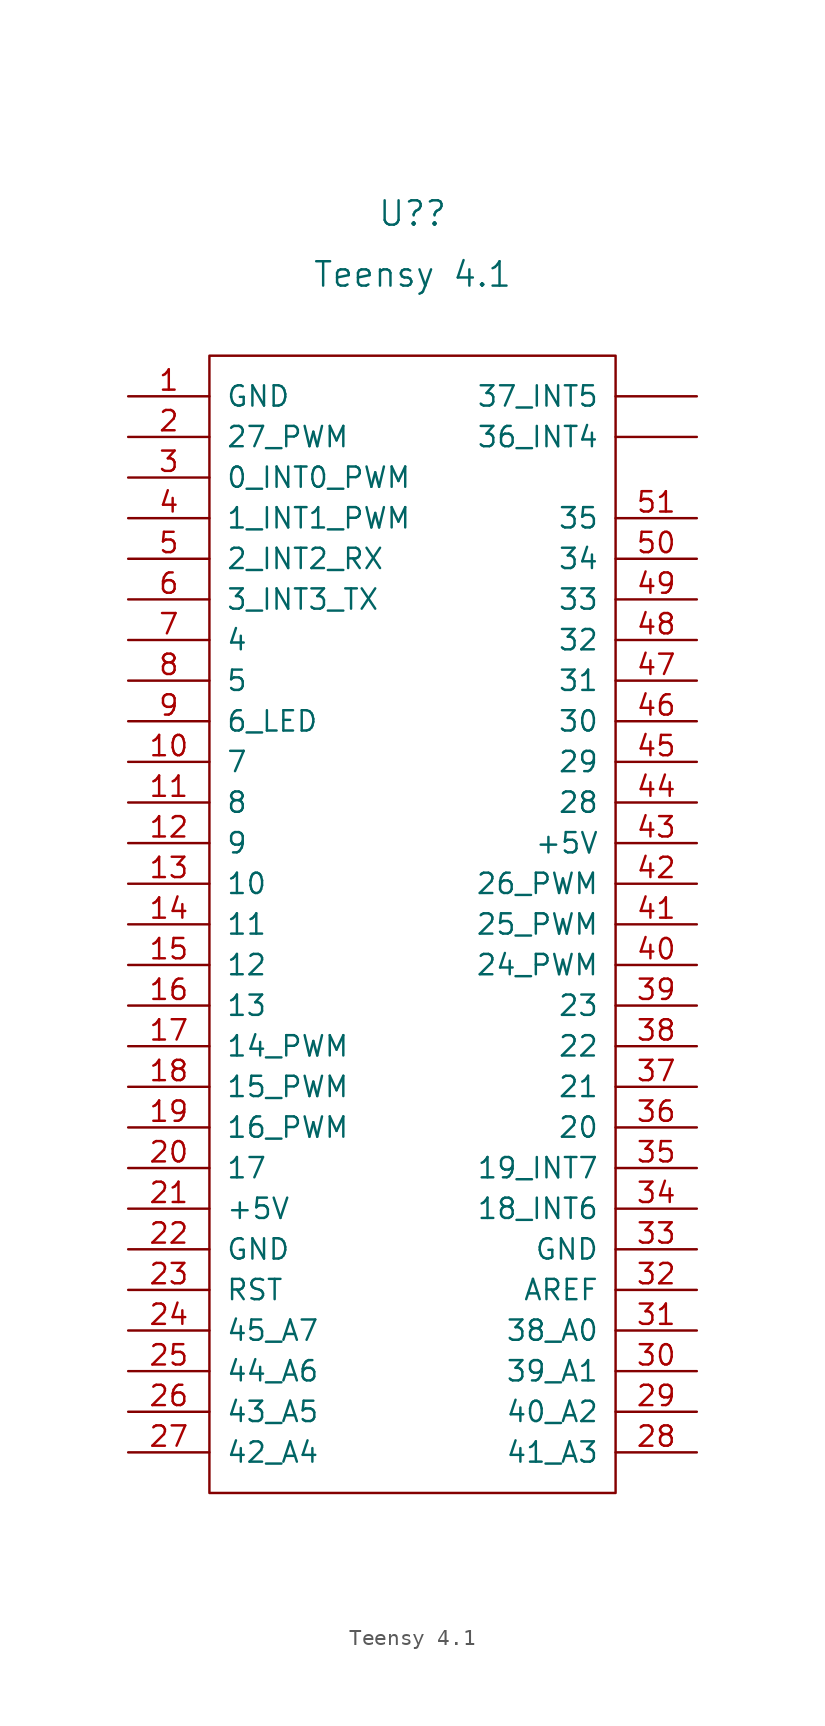
<source format=kicad_sym>
(kicad_symbol_lib
  (version 20211014)
  (generator kicad_symbol_editor)
  (symbol "Teensy 4.1"
    (pin_names
      (offset 1.016))
    (property "Reference" "U?"
      (at 0 44.45 0)
      (effects (font (size 1.524 1.524))))
    (property "Value" "Teensy 4.1"
      (at 0 40.64 0)
      (effects (font (size 1.524 1.524))))
    (property "Datasheet" ""
      (at 2.54 -20.32 0)
      (effects (font (size 1.524 1.524))))
    (symbol "Teensy 4.1_0_1"
      (rectangle (start -12.7 35.56) (end 12.7 -35.56) (stroke (width 0) (type default) (color 0 0 0 0)) (fill (type none))))
    (symbol "Teensy 4.1_1_1"
      (pin power_in line (at -17.78 33.02 0) (length 5.08) (name "GND" (effects (font (size 1.27 1.27)))) (number "1" (effects (font (size 1.27 1.27)))))
      (pin bidirectional line (at -17.78 10.16 0) (length 5.08) (name "7" (effects (font (size 1.27 1.27)))) (number "10" (effects (font (size 1.27 1.27)))))
      (pin bidirectional line (at -17.78 7.62 0) (length 5.08) (name "8" (effects (font (size 1.27 1.27)))) (number "11" (effects (font (size 1.27 1.27)))))
      (pin bidirectional line (at -17.78 5.08 0) (length 5.08) (name "9" (effects (font (size 1.27 1.27)))) (number "12" (effects (font (size 1.27 1.27)))))
      (pin bidirectional line (at -17.78 2.54 0) (length 5.08) (name "10" (effects (font (size 1.27 1.27)))) (number "13" (effects (font (size 1.27 1.27)))))
      (pin bidirectional line (at -17.78 0 0) (length 5.08) (name "11" (effects (font (size 1.27 1.27)))) (number "14" (effects (font (size 1.27 1.27)))))
      (pin bidirectional line (at -17.78 -2.54 0) (length 5.08) (name "12" (effects (font (size 1.27 1.27)))) (number "15" (effects (font (size 1.27 1.27)))))
      (pin bidirectional line (at -17.78 -5.08 0) (length 5.08) (name "13" (effects (font (size 1.27 1.27)))) (number "16" (effects (font (size 1.27 1.27)))))
      (pin bidirectional line (at -17.78 -7.62 0) (length 5.08) (name "14_PWM" (effects (font (size 1.27 1.27)))) (number "17" (effects (font (size 1.27 1.27)))))
      (pin bidirectional line (at -17.78 -10.16 0) (length 5.08) (name "15_PWM" (effects (font (size 1.27 1.27)))) (number "18" (effects (font (size 1.27 1.27)))))
      (pin bidirectional line (at -17.78 -12.7 0) (length 5.08) (name "16_PWM" (effects (font (size 1.27 1.27)))) (number "19" (effects (font (size 1.27 1.27)))))
      (pin bidirectional line (at -17.78 30.48 0) (length 5.08) (name "27_PWM" (effects (font (size 1.27 1.27)))) (number "2" (effects (font (size 1.27 1.27)))))
      (pin bidirectional line (at -17.78 -15.24 0) (length 5.08) (name "17" (effects (font (size 1.27 1.27)))) (number "20" (effects (font (size 1.27 1.27)))))
      (pin power_in line (at -17.78 -17.78 0) (length 5.08) (name "+5V" (effects (font (size 1.27 1.27)))) (number "21" (effects (font (size 1.27 1.27)))))
      (pin power_in line (at -17.78 -20.32 0) (length 5.08) (name "GND" (effects (font (size 1.27 1.27)))) (number "22" (effects (font (size 1.27 1.27)))))
      (pin input line (at -17.78 -22.86 0) (length 5.08) (name "RST" (effects (font (size 1.27 1.27)))) (number "23" (effects (font (size 1.27 1.27)))))
      (pin bidirectional line (at -17.78 -25.4 0) (length 5.08) (name "45_A7" (effects (font (size 1.27 1.27)))) (number "24" (effects (font (size 1.27 1.27)))))
      (pin bidirectional line (at -17.78 -27.94 0) (length 5.08) (name "44_A6" (effects (font (size 1.27 1.27)))) (number "25" (effects (font (size 1.27 1.27)))))
      (pin bidirectional line (at -17.78 -30.48 0) (length 5.08) (name "43_A5" (effects (font (size 1.27 1.27)))) (number "26" (effects (font (size 1.27 1.27)))))
      (pin bidirectional line (at -17.78 -33.02 0) (length 5.08) (name "42_A4" (effects (font (size 1.27 1.27)))) (number "27" (effects (font (size 1.27 1.27)))))
      (pin bidirectional line (at 17.78 -33.02 180) (length 5.08) (name "41_A3" (effects (font (size 1.27 1.27)))) (number "28" (effects (font (size 1.27 1.27)))))
      (pin bidirectional line (at 17.78 -30.48 180) (length 5.08) (name "40_A2" (effects (font (size 1.27 1.27)))) (number "29" (effects (font (size 1.27 1.27)))))
      (pin bidirectional line (at -17.78 27.94 0) (length 5.08) (name "0_INT0_PWM" (effects (font (size 1.27 1.27)))) (number "3" (effects (font (size 1.27 1.27)))))
      (pin bidirectional line (at 17.78 -27.94 180) (length 5.08) (name "39_A1" (effects (font (size 1.27 1.27)))) (number "30" (effects (font (size 1.27 1.27)))))
      (pin bidirectional line (at 17.78 -25.4 180) (length 5.08) (name "38_A0" (effects (font (size 1.27 1.27)))) (number "31" (effects (font (size 1.27 1.27)))))
      (pin input line (at 17.78 -22.86 180) (length 5.08) (name "AREF" (effects (font (size 1.27 1.27)))) (number "32" (effects (font (size 1.27 1.27)))))
      (pin power_in line (at 17.78 -20.32 180) (length 5.08) (name "GND" (effects (font (size 1.27 1.27)))) (number "33" (effects (font (size 1.27 1.27)))))
      (pin bidirectional line (at 17.78 -17.78 180) (length 5.08) (name "18_INT6" (effects (font (size 1.27 1.27)))) (number "34" (effects (font (size 1.27 1.27)))))
      (pin bidirectional line (at 17.78 -15.24 180) (length 5.08) (name "19_INT7" (effects (font (size 1.27 1.27)))) (number "35" (effects (font (size 1.27 1.27)))))
      (pin bidirectional line (at 17.78 -12.7 180) (length 5.08) (name "20" (effects (font (size 1.27 1.27)))) (number "36" (effects (font (size 1.27 1.27)))))
      (pin bidirectional line (at 17.78 -10.16 180) (length 5.08) (name "21" (effects (font (size 1.27 1.27)))) (number "37" (effects (font (size 1.27 1.27)))))
      (pin bidirectional line (at 17.78 -7.62 180) (length 5.08) (name "22" (effects (font (size 1.27 1.27)))) (number "38" (effects (font (size 1.27 1.27)))))
      (pin bidirectional line (at 17.78 -5.08 180) (length 5.08) (name "23" (effects (font (size 1.27 1.27)))) (number "39" (effects (font (size 1.27 1.27)))))
      (pin bidirectional line (at -17.78 25.4 0) (length 5.08) (name "1_INT1_PWM" (effects (font (size 1.27 1.27)))) (number "4" (effects (font (size 1.27 1.27)))))
      (pin bidirectional line (at 17.78 -2.54 180) (length 5.08) (name "24_PWM" (effects (font (size 1.27 1.27)))) (number "40" (effects (font (size 1.27 1.27)))))
      (pin bidirectional line (at 17.78 0 180) (length 5.08) (name "25_PWM" (effects (font (size 1.27 1.27)))) (number "41" (effects (font (size 1.27 1.27)))))
      (pin bidirectional line (at 17.78 2.54 180) (length 5.08) (name "26_PWM" (effects (font (size 1.27 1.27)))) (number "42" (effects (font (size 1.27 1.27)))))
      (pin power_in line (at 17.78 5.08 180) (length 5.08) (name "+5V" (effects (font (size 1.27 1.27)))) (number "43" (effects (font (size 1.27 1.27)))))
      (pin bidirectional line (at 17.78 7.62 180) (length 5.08) (name "28" (effects (font (size 1.27 1.27)))) (number "44" (effects (font (size 1.27 1.27)))))
      (pin bidirectional line (at 17.78 10.16 180) (length 5.08) (name "29" (effects (font (size 1.27 1.27)))) (number "45" (effects (font (size 1.27 1.27)))))
      (pin bidirectional line (at 17.78 12.7 180) (length 5.08) (name "30" (effects (font (size 1.27 1.27)))) (number "46" (effects (font (size 1.27 1.27)))))
      (pin bidirectional line (at 17.78 15.24 180) (length 5.08) (name "31" (effects (font (size 1.27 1.27)))) (number "47" (effects (font (size 1.27 1.27)))))
      (pin bidirectional line (at 17.78 17.78 180) (length 5.08) (name "32" (effects (font (size 1.27 1.27)))) (number "48" (effects (font (size 1.27 1.27)))))
      (pin bidirectional line (at 17.78 20.32 180) (length 5.08) (name "33" (effects (font (size 1.27 1.27)))) (number "49" (effects (font (size 1.27 1.27)))))
      (pin bidirectional line (at -17.78 22.86 0) (length 5.08) (name "2_INT2_RX" (effects (font (size 1.27 1.27)))) (number "5" (effects (font (size 1.27 1.27)))))
      (pin bidirectional line (at 17.78 22.86 180) (length 5.08) (name "34" (effects (font (size 1.27 1.27)))) (number "50" (effects (font (size 1.27 1.27)))))
      (pin bidirectional line (at 17.78 25.4 180) (length 5.08) (name "35" (effects (font (size 1.27 1.27)))) (number "51" (effects (font (size 1.27 1.27)))))
      (pin bidirectional line (at -17.78 20.32 0) (length 5.08) (name "3_INT3_TX" (effects (font (size 1.27 1.27)))) (number "6" (effects (font (size 1.27 1.27)))))
      (pin bidirectional line (at -17.78 17.78 0) (length 5.08) (name "4" (effects (font (size 1.27 1.27)))) (number "7" (effects (font (size 1.27 1.27)))))
      (pin bidirectional line (at -17.78 15.24 0) (length 5.08) (name "5" (effects (font (size 1.27 1.27)))) (number "8" (effects (font (size 1.27 1.27)))))
      (pin bidirectional line (at -17.78 12.7 0) (length 5.08) (name "6_LED" (effects (font (size 1.27 1.27)))) (number "9" (effects (font (size 1.27 1.27)))))
      (pin bidirectional line (at 17.78 30.48 180) (length 5.08) (name "36_INT4" (effects (font (size 1.27 1.27)))) (number "~" (effects (font (size 1.27 1.27)))))
      (pin bidirectional line (at 17.78 33.02 180) (length 5.08) (name "37_INT5" (effects (font (size 1.27 1.27)))) (number "~" (effects (font (size 1.27 1.27))))))))
</source>
